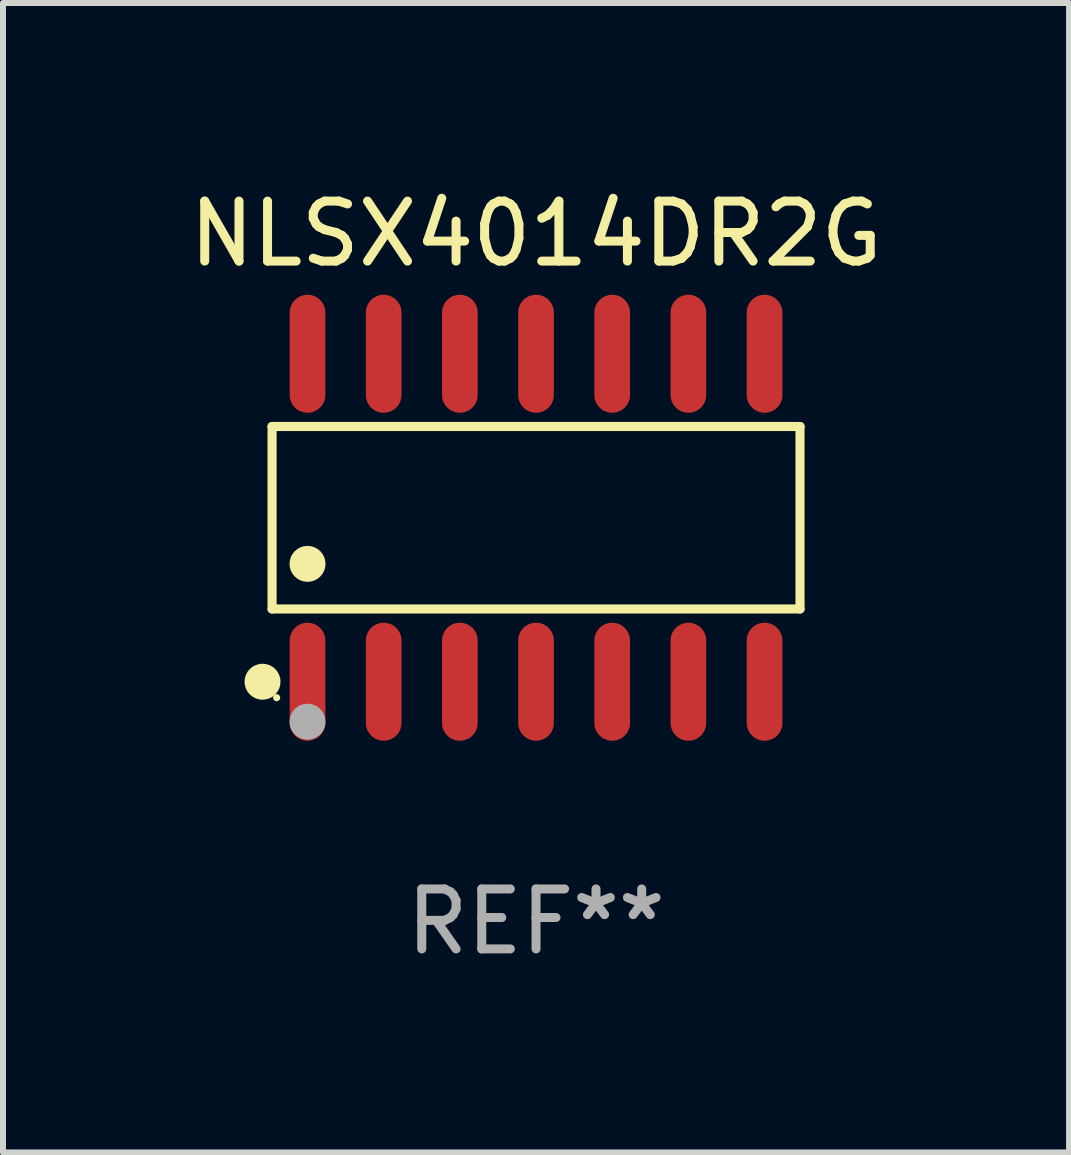
<source format=kicad_pcb>
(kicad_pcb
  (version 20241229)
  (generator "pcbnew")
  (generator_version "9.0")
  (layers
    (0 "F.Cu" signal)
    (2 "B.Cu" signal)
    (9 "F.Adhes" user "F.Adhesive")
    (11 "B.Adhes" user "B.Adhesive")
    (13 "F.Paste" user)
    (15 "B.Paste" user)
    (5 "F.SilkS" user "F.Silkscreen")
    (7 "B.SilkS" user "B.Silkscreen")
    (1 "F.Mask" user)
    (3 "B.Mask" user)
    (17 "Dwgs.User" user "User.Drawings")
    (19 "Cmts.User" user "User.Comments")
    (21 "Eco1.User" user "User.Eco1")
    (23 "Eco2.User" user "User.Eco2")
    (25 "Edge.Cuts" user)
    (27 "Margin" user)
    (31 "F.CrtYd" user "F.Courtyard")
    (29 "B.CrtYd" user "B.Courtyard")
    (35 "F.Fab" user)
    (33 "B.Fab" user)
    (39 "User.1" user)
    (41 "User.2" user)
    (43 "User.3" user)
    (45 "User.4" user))
  (footprint "NLSX4014DR2G"
    (layer "F.Cu")
    (at 5.887 5.582)
    (property "Reference" "NLSX4014DR2G" (at 0 -4.734 0) (layer "F.SilkS") (effects (font (size 1 1) (thickness 0.15))))
    (attr through_hole)
    (fp_line (start -4.401 -1.521) (end 4.401 -1.521) (stroke (width 0.152) (type solid)) (layer "F.SilkS"))
    (fp_line (start -4.401 1.521) (end -4.401 -1.521) (stroke (width 0.152) (type solid)) (layer "F.SilkS"))
    (fp_line (start 4.401 -1.521) (end 4.401 1.521) (stroke (width 0.152) (type solid)) (layer "F.SilkS"))
    (fp_line (start 4.401 1.521) (end -4.401 1.521) (stroke (width 0.152) (type solid)) (layer "F.SilkS"))
    (fp_circle (center -4.56 2.734) (end -4.41 2.734) (stroke (width 0.3) (type solid)) (fill no) (layer "F.SilkS"))
    (fp_circle (center -4.325 3) (end -4.295 3) (stroke (width 0.06) (type solid)) (fill no) (layer "F.SilkS"))
    (fp_circle (center -3.81 0.769) (end -3.66 0.769) (stroke (width 0.3) (type solid)) (fill no) (layer "F.SilkS"))
    (fp_circle (center -3.81 3.4) (end -3.66 3.4) (stroke (width 0.3) (type solid)) (fill no) (layer "F.Fab"))
    (fp_text user "REF**" (at 0 6.734 0) (layer "F.Fab") (effects (font (size 1 1) (thickness 0.15))))
    (pad "1" smd oval (at -3.81 2.734) (size 0.595 1.968) (layers "F.Cu" "F.Mask" "F.Paste"))
    (pad "2" smd oval (at -2.54 2.734) (size 0.595 1.968) (layers "F.Cu" "F.Mask" "F.Paste"))
    (pad "3" smd oval (at -1.27 2.734) (size 0.595 1.968) (layers "F.Cu" "F.Mask" "F.Paste"))
    (pad "4" smd oval (at 0 2.734) (size 0.595 1.968) (layers "F.Cu" "F.Mask" "F.Paste"))
    (pad "5" smd oval (at 1.27 2.734) (size 0.595 1.968) (layers "F.Cu" "F.Mask" "F.Paste"))
    (pad "6" smd oval (at 2.54 2.734) (size 0.595 1.968) (layers "F.Cu" "F.Mask" "F.Paste"))
    (pad "7" smd oval (at 3.81 2.734) (size 0.595 1.968) (layers "F.Cu" "F.Mask" "F.Paste"))
    (pad "8" smd oval (at 3.81 -2.734) (size 0.595 1.968) (layers "F.Cu" "F.Mask" "F.Paste"))
    (pad "9" smd oval (at 2.54 -2.734) (size 0.595 1.968) (layers "F.Cu" "F.Mask" "F.Paste"))
    (pad "10" smd oval (at 1.27 -2.734) (size 0.595 1.968) (layers "F.Cu" "F.Mask" "F.Paste"))
    (pad "11" smd oval (at 0 -2.734) (size 0.595 1.968) (layers "F.Cu" "F.Mask" "F.Paste"))
    (pad "12" smd oval (at -1.27 -2.734) (size 0.595 1.968) (layers "F.Cu" "F.Mask" "F.Paste"))
    (pad "13" smd oval (at -2.54 -2.734) (size 0.595 1.968) (layers "F.Cu" "F.Mask" "F.Paste"))
    (pad "14" smd oval (at -3.81 -2.734) (size 0.595 1.968) (layers "F.Cu" "F.Mask" "F.Paste")))
  (gr_rect
    (start -3 -3)
    (end 14.774 16.164)
    (stroke (width 0.1) (type default))
    (fill no)
    (layer "Edge.Cuts")))
</source>
